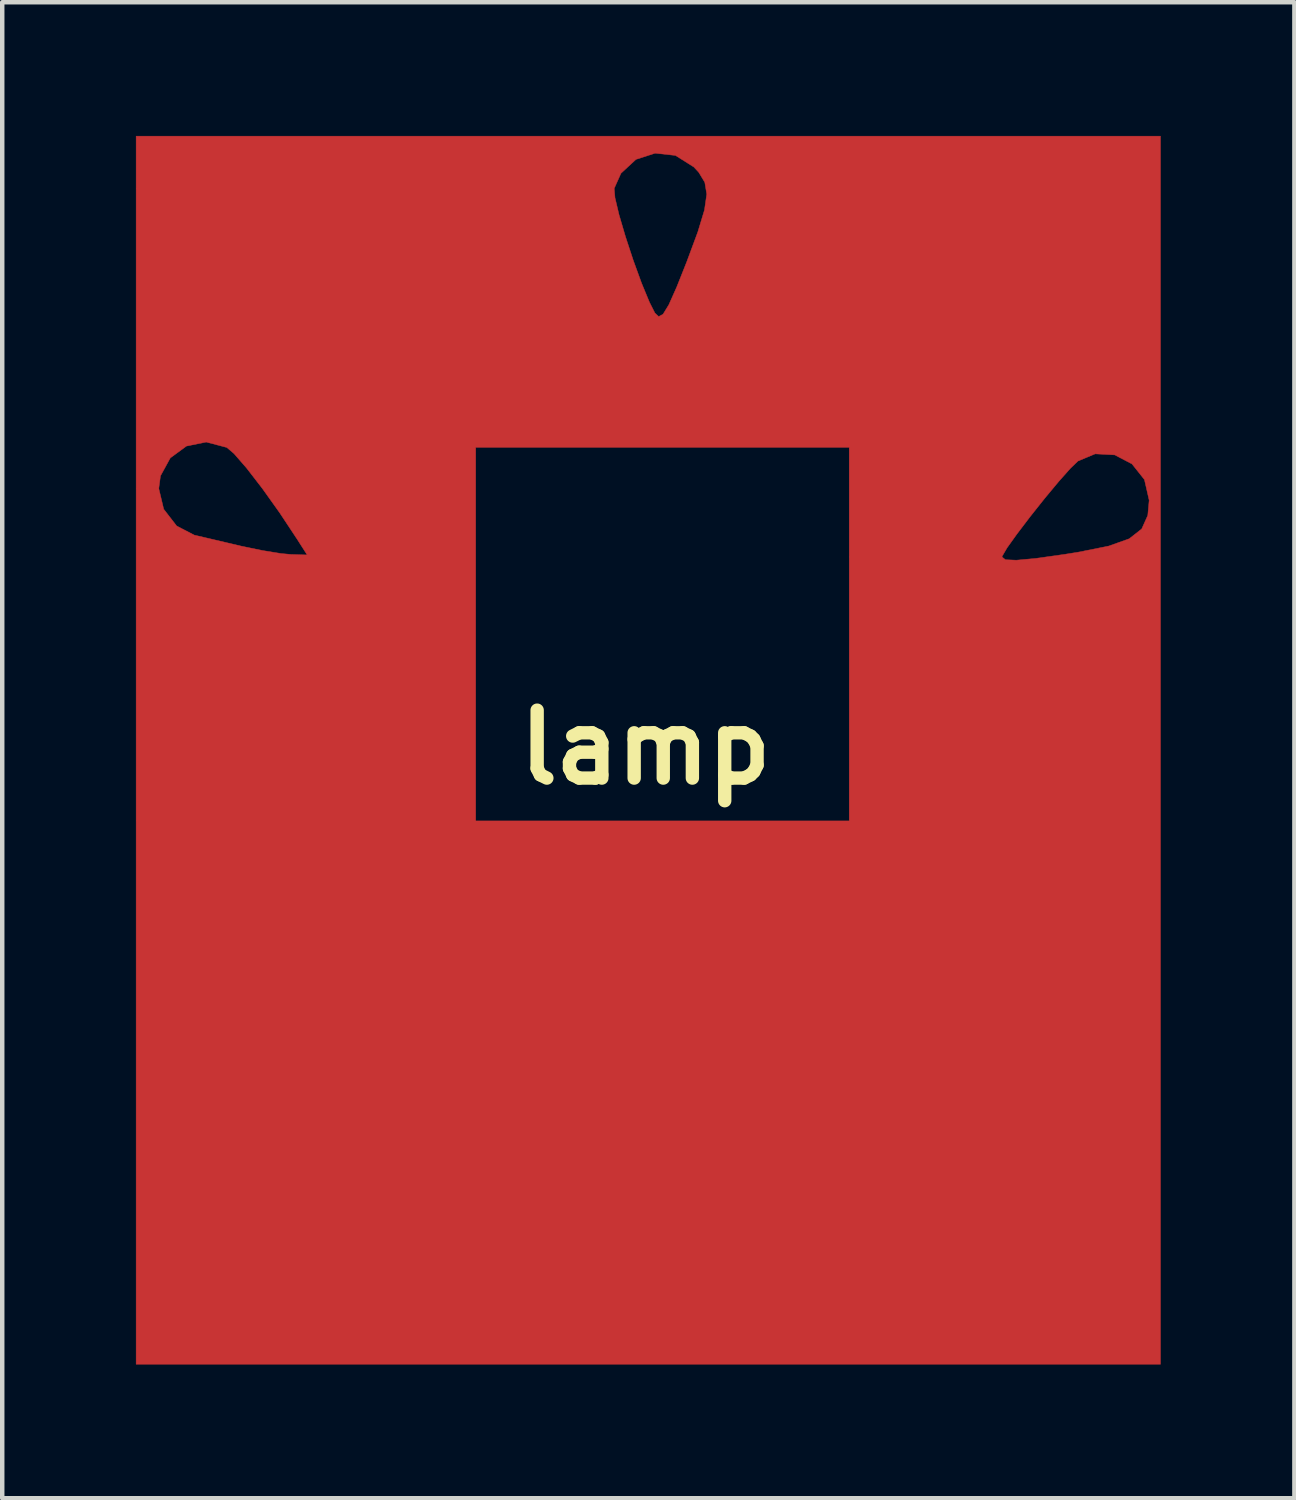
<source format=kicad_pcb>
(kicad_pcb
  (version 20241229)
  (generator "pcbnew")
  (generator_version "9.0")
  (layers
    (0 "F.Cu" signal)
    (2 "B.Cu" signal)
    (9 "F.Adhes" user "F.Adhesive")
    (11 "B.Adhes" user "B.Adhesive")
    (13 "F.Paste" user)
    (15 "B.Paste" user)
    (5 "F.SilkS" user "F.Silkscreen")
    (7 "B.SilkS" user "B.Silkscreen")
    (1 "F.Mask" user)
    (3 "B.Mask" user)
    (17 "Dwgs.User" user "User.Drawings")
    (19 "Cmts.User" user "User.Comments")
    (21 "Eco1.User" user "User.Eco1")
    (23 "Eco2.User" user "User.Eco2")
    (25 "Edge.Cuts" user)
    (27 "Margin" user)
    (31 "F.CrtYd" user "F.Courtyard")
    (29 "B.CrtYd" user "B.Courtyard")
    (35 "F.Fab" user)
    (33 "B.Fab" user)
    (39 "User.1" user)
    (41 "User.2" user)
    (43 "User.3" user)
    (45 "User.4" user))
  (footprint "lamp"
    (layer "F.Cu")
    (at 11.435 13.721)
    (property "Reference" "lamp" (at 0 0 0) (layer "F.SilkS") (effects (font (size 1.524 1.524) (thickness 0.3))))
    (attr through_hole)
    (fp_poly (pts (xy 11.557 13.843) (xy -11.43 13.843) (xy -11.43 -5.808) (xy -10.922 -5.808) (xy -10.811 -5.344) (xy -10.52 -4.968) (xy -10.125 -4.763) (xy -9.85 -4.699) (xy -9.432 -4.601) (xy -9.081 -4.518) (xy -8.605 -4.419) (xy -8.175 -4.349) (xy -7.955 -4.329) (xy -7.591 -4.318) (xy -7.814 -4.667) (xy -8.208 -5.263) (xy -8.599 -5.811) (xy -8.952 -6.268) (xy -9.234 -6.592) (xy -9.395 -6.729) (xy -9.401 -6.731) (xy -3.81 -6.731) (xy -3.81 1.651) (xy 4.572 1.651) (xy 4.572 -4.272) (xy 8.001 -4.272) (xy 8.077 -4.211) (xy 8.322 -4.2) (xy 8.758 -4.24) (xy 9.41 -4.332) (xy 9.716 -4.381) (xy 10.394 -4.517) (xy 10.855 -4.681) (xy 11.136 -4.902) (xy 11.272 -5.206) (xy 11.303 -5.544) (xy 11.197 -6.008) (xy 10.918 -6.359) (xy 10.529 -6.563) (xy 10.091 -6.586) (xy 9.706 -6.425) (xy 9.537 -6.263) (xy 9.273 -5.966) (xy 8.957 -5.586) (xy 8.631 -5.176) (xy 8.336 -4.788) (xy 8.113 -4.476) (xy 8.005 -4.291) (xy 8.001 -4.272) (xy 4.572 -4.272) (xy 4.572 -6.731) (xy -3.81 -6.731) (xy -9.401 -6.731) (xy -9.857 -6.851) (xy -10.3 -6.761) (xy -10.663 -6.495) (xy -10.884 -6.091) (xy -10.922 -5.808) (xy -11.43 -5.808) (xy -11.43 -12.542) (xy -0.702 -12.542) (xy -0.684 -12.332) (xy -0.593 -11.949) (xy -0.449 -11.46) (xy -0.274 -10.928) (xy -0.088 -10.417) (xy 0.088 -9.991) (xy 0.211 -9.747) (xy 0.296 -9.667) (xy 0.394 -9.72) (xy 0.524 -9.932) (xy 0.702 -10.332) (xy 0.924 -10.89) (xy 1.175 -11.567) (xy 1.324 -12.059) (xy 1.375 -12.414) (xy 1.331 -12.68) (xy 1.196 -12.903) (xy 1.085 -13.023) (xy 0.672 -13.283) (xy 0.217 -13.333) (xy -0.213 -13.194) (xy -0.55 -12.882) (xy -0.702 -12.542) (xy -11.43 -12.542) (xy -11.43 -13.716) (xy 11.557 -13.716) (xy 11.557 13.843)) (stroke (width 0.01) (type solid)) (fill yes) (layer "F.Cu"))
    (fp_poly (pts (xy -2.889 10.978) (xy -2.589 11.012) (xy -2.087 11.06) (xy -1.437 11.119) (xy -0.691 11.184) (xy 0 11.242) (xy 0.777 11.307) (xy 1.492 11.371) (xy 2.098 11.428) (xy 2.545 11.475) (xy 2.77 11.503) (xy 3.191 11.572) (xy 2.77 11.854) (xy 2.443 12.155) (xy 2.313 12.518) (xy 2.31 12.545) (xy 2.27 12.954) (xy -1.89 12.954) (xy -1.929 12.487) (xy -1.972 12.22) (xy -2.083 12.026) (xy -2.318 11.844) (xy -2.697 11.63) (xy -3.153 11.355) (xy -3.389 11.144) (xy -3.401 11.008) (xy -3.186 10.957) (xy -2.889 10.978)) (stroke (width 0.01) (type solid)) (fill yes) (layer "F.Mask"))
    (fp_poly (pts (xy -3.08 8.557) (xy -2.862 8.585) (xy -2.428 8.631) (xy -1.817 8.691) (xy -1.066 8.76) (xy -0.214 8.835) (xy 0.603 8.906) (xy 1.606 8.991) (xy 2.385 9.059) (xy 2.967 9.117) (xy 3.382 9.167) (xy 3.658 9.216) (xy 3.822 9.269) (xy 3.905 9.33) (xy 3.934 9.404) (xy 3.937 9.483) (xy 3.869 9.719) (xy 3.715 9.763) (xy 3.53 9.747) (xy 3.13 9.71) (xy 2.553 9.656) (xy 1.837 9.588) (xy 1.02 9.511) (xy 0.445 9.456) (xy -0.432 9.373) (xy -1.246 9.299) (xy -1.954 9.236) (xy -2.518 9.189) (xy -2.894 9.161) (xy -3.016 9.154) (xy -3.303 9.118) (xy -3.414 8.988) (xy -3.429 8.816) (xy -3.397 8.587) (xy -3.25 8.532) (xy -3.08 8.557)) (stroke (width 0.01) (type solid)) (fill yes) (layer "F.Mask"))
    (fp_poly (pts (xy -2.64 9.816) (xy -2.125 9.853) (xy -1.425 9.911) (xy -0.513 9.991) (xy -0.043 10.032) (xy 1.064 10.129) (xy 1.944 10.208) (xy 2.623 10.273) (xy 3.127 10.329) (xy 3.482 10.38) (xy 3.715 10.43) (xy 3.85 10.483) (xy 3.915 10.543) (xy 3.935 10.615) (xy 3.937 10.676) (xy 3.93 10.761) (xy 3.894 10.825) (xy 3.802 10.87) (xy 3.63 10.894) (xy 3.352 10.896) (xy 2.942 10.877) (xy 2.376 10.835) (xy 1.628 10.771) (xy 0.672 10.683) (xy -0.254 10.597) (xy -1.113 10.516) (xy -1.884 10.443) (xy -2.532 10.381) (xy -3.022 10.334) (xy -3.32 10.305) (xy -3.397 10.296) (xy -3.423 10.181) (xy -3.429 10.033) (xy -3.431 9.944) (xy -3.416 9.876) (xy -3.358 9.83) (xy -3.228 9.804) (xy -2.998 9.799) (xy -2.64 9.816)) (stroke (width 0.01) (type solid)) (fill yes) (layer "F.Mask"))
    (fp_poly (pts (xy -2.692 7.407) (xy -2.19 7.445) (xy -1.503 7.503) (xy -0.601 7.583) (xy -0.231 7.616) (xy 0.905 7.716) (xy 1.813 7.798) (xy 2.518 7.865) (xy 3.048 7.921) (xy 3.426 7.97) (xy 3.678 8.017) (xy 3.83 8.065) (xy 3.906 8.118) (xy 3.934 8.181) (xy 3.937 8.256) (xy 3.937 8.264) (xy 3.926 8.352) (xy 3.874 8.418) (xy 3.758 8.463) (xy 3.553 8.485) (xy 3.232 8.485) (xy 2.772 8.461) (xy 2.147 8.414) (xy 1.333 8.343) (xy 0.303 8.247) (xy -0.318 8.188) (xy -1.167 8.107) (xy -1.929 8.034) (xy -2.566 7.971) (xy -3.046 7.924) (xy -3.331 7.894) (xy -3.397 7.886) (xy -3.423 7.768) (xy -3.429 7.62) (xy -3.433 7.532) (xy -3.424 7.465) (xy -3.375 7.419) (xy -3.255 7.394) (xy -3.037 7.39) (xy -2.692 7.407)) (stroke (width 0.01) (type solid)) (fill yes) (layer "F.Mask"))
    (fp_poly (pts (xy 1.055 -8.331) (xy 2.197 -8.07) (xy 3.274 -7.614) (xy 4.261 -6.983) (xy 4.54 -6.731) (xy -3.81 -6.731) (xy -3.81 1.651) (xy 4.572 1.651) (xy 4.572 -6.702) (xy 5.133 -6.196) (xy 5.865 -5.272) (xy 6.434 -4.231) (xy 6.814 -3.092) (xy 6.98 -1.876) (xy 6.985 -1.611) (xy 6.861 -0.323) (xy 6.491 0.907) (xy 5.875 2.076) (xy 5.102 3.083) (xy 4.573 3.721) (xy 4.217 4.283) (xy 4.004 4.846) (xy 3.904 5.486) (xy 3.886 6.191) (xy 3.889 6.742) (xy 3.875 7.085) (xy 3.835 7.27) (xy 3.758 7.342) (xy 3.634 7.349) (xy 3.632 7.349) (xy 3.435 7.333) (xy 3.023 7.297) (xy 2.435 7.243) (xy 1.708 7.176) (xy 0.88 7.099) (xy 0.254 7.041) (xy -0.62 6.959) (xy -1.421 6.886) (xy -2.109 6.824) (xy -2.647 6.777) (xy -2.998 6.748) (xy -3.111 6.74) (xy -3.251 6.706) (xy -3.33 6.581) (xy -3.366 6.305) (xy -3.377 5.93) (xy -3.481 5.094) (xy -3.784 4.286) (xy -4.301 3.467) (xy -4.746 2.928) (xy -5.52 1.912) (xy -6.059 0.847) (xy -6.377 -0.307) (xy -6.489 -1.586) (xy -6.489 -1.719) (xy -6.363 -2.959) (xy -6.006 -4.136) (xy -5.44 -5.222) (xy -4.684 -6.191) (xy -3.761 -7.019) (xy -2.689 -7.678) (xy -1.491 -8.143) (xy -1.327 -8.188) (xy -0.128 -8.376) (xy 1.055 -8.331)) (stroke (width 0.01) (type solid)) (fill yes) (layer "F.Mask"))
    (fp_poly (pts (xy 11.557 13.838) (xy 0.064 13.842) (xy -11.43 13.845) (xy -11.43 13.652) (xy 11.049 13.652) (xy 11.113 13.716) (xy 11.176 13.652) (xy 11.113 13.589) (xy 11.049 13.652) (xy -11.43 13.652) (xy -11.43 -1.966) (xy -7.332 -1.966) (xy -7.3 -0.569) (xy -7.063 0.693) (xy -6.614 1.844) (xy -5.942 2.912) (xy -5.527 3.415) (xy -5.118 3.897) (xy -4.793 4.351) (xy -4.541 4.813) (xy -4.354 5.322) (xy -4.223 5.915) (xy -4.138 6.628) (xy -4.09 7.5) (xy -4.07 8.567) (xy -4.067 9.257) (xy -4.063 10.092) (xy -4.054 10.709) (xy -4.034 11.145) (xy -4.002 11.435) (xy -3.953 11.615) (xy -3.885 11.723) (xy -3.842 11.761) (xy -3.559 11.903) (xy -3.397 11.934) (xy -3.209 11.99) (xy -3.175 12.05) (xy -3.07 12.17) (xy -2.815 12.31) (xy -2.794 12.319) (xy -2.553 12.448) (xy -2.442 12.63) (xy -2.413 12.956) (xy -2.413 13.033) (xy -2.413 13.589) (xy 2.921 13.589) (xy 2.922 13.049) (xy 2.933 12.764) (xy 2.996 12.567) (xy 3.159 12.399) (xy 3.472 12.2) (xy 3.716 12.061) (xy 4.508 11.612) (xy 4.578 8.695) (xy 4.608 7.598) (xy 4.649 6.718) (xy 4.707 6.017) (xy 4.793 5.459) (xy 4.916 5.007) (xy 5.083 4.623) (xy 5.305 4.27) (xy 5.589 3.911) (xy 5.779 3.694) (xy 6.623 2.613) (xy 7.232 1.509) (xy 7.627 0.336) (xy 7.826 -0.95) (xy 7.84 -1.17) (xy 7.812 -2.564) (xy 7.557 -3.85) (xy 7.069 -5.045) (xy 6.342 -6.165) (xy 5.588 -7.015) (xy 4.514 -7.923) (xy 3.345 -8.597) (xy 2.087 -9.034) (xy 0.746 -9.231) (xy -0.256 -9.224) (xy -1.641 -9.011) (xy -2.929 -8.572) (xy -4.099 -7.919) (xy -5.132 -7.062) (xy -6.006 -6.014) (xy -6.074 -5.914) (xy -6.593 -5.054) (xy -6.954 -4.236) (xy -7.183 -3.374) (xy -7.307 -2.384) (xy -7.332 -1.966) (xy -11.43 -1.966) (xy -11.43 -13.716) (xy 11.557 -13.716) (xy 11.557 13.838)) (stroke (width 0.01) (type solid)) (fill yes) (layer "F.Mask")))
  (gr_rect
    (start -3 -3)
    (end 25.997 30.571)
    (stroke (width 0.1) (type default))
    (fill no)
    (layer "Edge.Cuts")))
</source>
